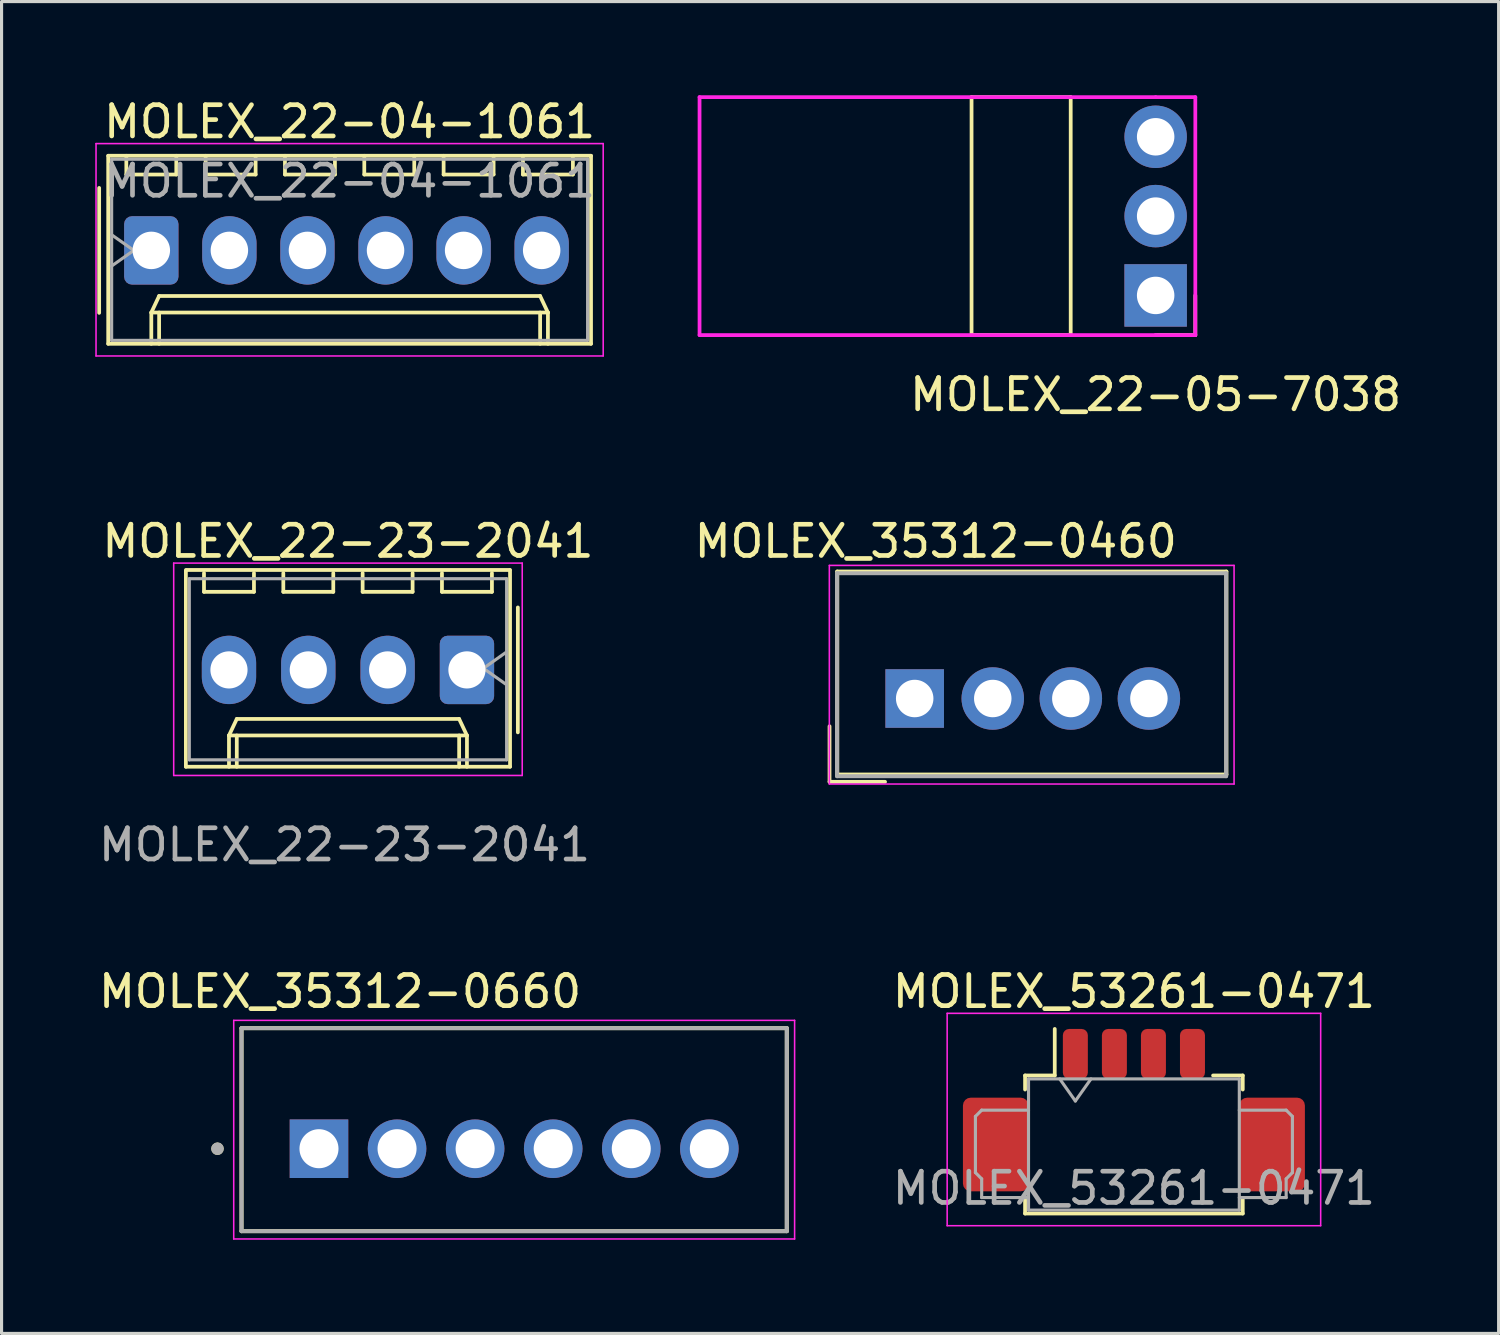
<source format=kicad_pcb>
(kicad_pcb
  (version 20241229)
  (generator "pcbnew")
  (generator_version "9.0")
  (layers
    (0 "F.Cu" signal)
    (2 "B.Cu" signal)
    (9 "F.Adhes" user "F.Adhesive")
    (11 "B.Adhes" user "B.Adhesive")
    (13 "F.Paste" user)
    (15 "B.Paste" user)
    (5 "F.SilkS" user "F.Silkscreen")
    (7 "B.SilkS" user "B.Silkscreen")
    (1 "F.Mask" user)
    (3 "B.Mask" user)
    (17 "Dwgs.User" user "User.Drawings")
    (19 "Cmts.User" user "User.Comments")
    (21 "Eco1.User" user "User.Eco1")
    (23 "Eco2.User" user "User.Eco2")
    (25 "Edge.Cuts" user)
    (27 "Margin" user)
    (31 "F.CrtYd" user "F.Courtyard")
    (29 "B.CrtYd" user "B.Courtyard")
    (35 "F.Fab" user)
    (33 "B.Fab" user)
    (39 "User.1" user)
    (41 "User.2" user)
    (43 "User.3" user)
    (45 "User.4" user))
  (footprint "MOLEX_22-23-2041"
    (layer "F.Cu")
    (at 4.282 18.401)
    (property "Reference" "MOLEX_22-23-2041" (at 3.81 -4.12 0) (layer "F.SilkS") (effects (font (size 1 1) (thickness 0.15))))
    (attr through_hole)
    (fp_line (start -1.38 -3.2) (end -1.38 3.1) (stroke (width 0.12) (type solid)) (layer "F.SilkS"))
    (fp_line (start -1.38 3.1) (end 9 3.1) (stroke (width 0.12) (type solid)) (layer "F.SilkS"))
    (fp_line (start -0.8 -3.1) (end -0.8 -2.5) (stroke (width 0.12) (type solid)) (layer "F.SilkS"))
    (fp_line (start -0.8 -2.5) (end 0.8 -2.5) (stroke (width 0.12) (type solid)) (layer "F.SilkS"))
    (fp_line (start 0 2.1) (end 0.25 1.57) (stroke (width 0.12) (type solid)) (layer "F.SilkS"))
    (fp_line (start 0 2.1) (end 7.62 2.1) (stroke (width 0.12) (type solid)) (layer "F.SilkS"))
    (fp_line (start 0 3.1) (end 0 2.1) (stroke (width 0.12) (type solid)) (layer "F.SilkS"))
    (fp_line (start 0.25 1.57) (end 7.37 1.57) (stroke (width 0.12) (type solid)) (layer "F.SilkS"))
    (fp_line (start 0.25 3.1) (end 0.25 2.1) (stroke (width 0.12) (type solid)) (layer "F.SilkS"))
    (fp_line (start 0.8 -2.5) (end 0.8 -3.1) (stroke (width 0.12) (type solid)) (layer "F.SilkS"))
    (fp_line (start 1.74 -3.1) (end 1.74 -2.5) (stroke (width 0.12) (type solid)) (layer "F.SilkS"))
    (fp_line (start 1.74 -2.5) (end 3.34 -2.5) (stroke (width 0.12) (type solid)) (layer "F.SilkS"))
    (fp_line (start 3.34 -2.5) (end 3.34 -3.1) (stroke (width 0.12) (type solid)) (layer "F.SilkS"))
    (fp_line (start 4.28 -3.1) (end 4.28 -2.5) (stroke (width 0.12) (type solid)) (layer "F.SilkS"))
    (fp_line (start 4.28 -2.5) (end 5.88 -2.5) (stroke (width 0.12) (type solid)) (layer "F.SilkS"))
    (fp_line (start 5.88 -2.5) (end 5.88 -3.1) (stroke (width 0.12) (type solid)) (layer "F.SilkS"))
    (fp_line (start 6.82 -3.1) (end 6.82 -2.5) (stroke (width 0.12) (type solid)) (layer "F.SilkS"))
    (fp_line (start 6.82 -2.5) (end 8.42 -2.5) (stroke (width 0.12) (type solid)) (layer "F.SilkS"))
    (fp_line (start 7.37 1.57) (end 7.62 2.1) (stroke (width 0.12) (type solid)) (layer "F.SilkS"))
    (fp_line (start 7.37 3.1) (end 7.37 2.1) (stroke (width 0.12) (type solid)) (layer "F.SilkS"))
    (fp_line (start 7.62 2.1) (end 7.62 3.1) (stroke (width 0.12) (type solid)) (layer "F.SilkS"))
    (fp_line (start 8.42 -2.5) (end 8.42 -3.1) (stroke (width 0.12) (type solid)) (layer "F.SilkS"))
    (fp_line (start 8.99 -3.2) (end -1.35 -3.2) (stroke (width 0.12) (type solid)) (layer "F.SilkS"))
    (fp_line (start 9 3.1) (end 9 -3.2) (stroke (width 0.12) (type solid)) (layer "F.SilkS"))
    (fp_line (start 9.25 -2) (end 9.25 2) (stroke (width 0.12) (type solid)) (layer "F.SilkS"))
    (fp_line (start -1.77 -3.42) (end -1.77 3.38) (stroke (width 0.05) (type solid)) (layer "F.CrtYd"))
    (fp_line (start -1.77 3.38) (end 9.39 3.38) (stroke (width 0.05) (type solid)) (layer "F.CrtYd"))
    (fp_line (start 9.39 -3.42) (end -1.77 -3.42) (stroke (width 0.05) (type solid)) (layer "F.CrtYd"))
    (fp_line (start 9.39 3.38) (end 9.39 -3.42) (stroke (width 0.05) (type solid)) (layer "F.CrtYd"))
    (fp_line (start -1.27 -2.92) (end -1.27 2.88) (stroke (width 0.1) (type solid)) (layer "F.Fab"))
    (fp_line (start -1.27 2.88) (end 8.89 2.88) (stroke (width 0.1) (type solid)) (layer "F.Fab"))
    (fp_line (start 8.146 -0.05) (end 8.854 -0.55) (stroke (width 0.1) (type solid)) (layer "F.Fab"))
    (fp_line (start 8.854 0.45) (end 8.146 -0.05) (stroke (width 0.1) (type solid)) (layer "F.Fab"))
    (fp_line (start 8.89 -2.92) (end -1.27 -2.92) (stroke (width 0.1) (type solid)) (layer "F.Fab"))
    (fp_line (start 8.89 2.88) (end 8.89 -2.92) (stroke (width 0.1) (type solid)) (layer "F.Fab"))
    (fp_text user "${REFERENCE}" (at 3.7 5.6 0) (layer "F.Fab") (effects (font (size 1 1) (thickness 0.15))))
    (pad "1" thru_hole roundrect (at 7.62 0) (size 1.74 2.19) (drill 1.19) (layers "*.Cu" "*.Mask") (roundrect_rratio 0.144))
    (pad "2" thru_hole oval (at 5.08 0) (size 1.74 2.19) (drill 1.19) (layers "*.Cu" "*.Mask"))
    (pad "3" thru_hole oval (at 2.54 0) (size 1.74 2.19) (drill 1.19) (layers "*.Cu" "*.Mask"))
    (pad "4" thru_hole oval (at 0 0) (size 1.74 2.19) (drill 1.19) (layers "*.Cu" "*.Mask")))
  (footprint "MOLEX_53261-0471"
    (layer "F.Cu")
    (at 33.259 33.098)
    (property "Reference" "MOLEX_53261-0471" (at 0 -4.4 0) (layer "F.SilkS") (effects (font (size 1 1) (thickness 0.15))))
    (attr smd)
    (fp_line (start -3.485 -1.71) (end -2.535 -1.71) (stroke (width 0.12) (type solid)) (layer "F.SilkS"))
    (fp_line (start -3.485 -1.26) (end -3.485 -1.71) (stroke (width 0.12) (type solid)) (layer "F.SilkS"))
    (fp_line (start -3.485 2.26) (end -3.485 2.71) (stroke (width 0.12) (type solid)) (layer "F.SilkS"))
    (fp_line (start -3.485 2.71) (end 3.485 2.71) (stroke (width 0.12) (type solid)) (layer "F.SilkS"))
    (fp_line (start -2.535 -1.71) (end -2.535 -3.2) (stroke (width 0.12) (type solid)) (layer "F.SilkS"))
    (fp_line (start 3.485 -1.71) (end 2.535 -1.71) (stroke (width 0.12) (type solid)) (layer "F.SilkS"))
    (fp_line (start 3.485 -1.26) (end 3.485 -1.71) (stroke (width 0.12) (type solid)) (layer "F.SilkS"))
    (fp_line (start 3.485 2.71) (end 3.485 2.26) (stroke (width 0.12) (type solid)) (layer "F.SilkS"))
    (fp_line (start -5.98 -3.7) (end -5.98 3.1) (stroke (width 0.05) (type solid)) (layer "F.CrtYd"))
    (fp_line (start -5.98 3.1) (end 5.98 3.1) (stroke (width 0.05) (type solid)) (layer "F.CrtYd"))
    (fp_line (start 5.98 -3.7) (end -5.98 -3.7) (stroke (width 0.05) (type solid)) (layer "F.CrtYd"))
    (fp_line (start 5.98 3.1) (end 5.98 -3.7) (stroke (width 0.05) (type solid)) (layer "F.CrtYd"))
    (fp_line (start -5.075 -0.4) (end -5.075 1.4) (stroke (width 0.1) (type solid)) (layer "F.Fab"))
    (fp_line (start -5.075 1.4) (end -4.875 1.6) (stroke (width 0.1) (type solid)) (layer "F.Fab"))
    (fp_line (start -4.875 -0.6) (end -5.075 -0.4) (stroke (width 0.1) (type solid)) (layer "F.Fab"))
    (fp_line (start -4.875 1.6) (end -4.875 2.2) (stroke (width 0.1) (type solid)) (layer "F.Fab"))
    (fp_line (start -4.875 2.2) (end -3.375 2.2) (stroke (width 0.1) (type solid)) (layer "F.Fab"))
    (fp_line (start -3.375 -1.6) (end -3.375 2.6) (stroke (width 0.1) (type solid)) (layer "F.Fab"))
    (fp_line (start -3.375 -1.6) (end 3.375 -1.6) (stroke (width 0.1) (type solid)) (layer "F.Fab"))
    (fp_line (start -3.375 -0.6) (end -4.875 -0.6) (stroke (width 0.1) (type solid)) (layer "F.Fab"))
    (fp_line (start -3.375 2.6) (end 3.375 2.6) (stroke (width 0.1) (type solid)) (layer "F.Fab"))
    (fp_line (start -2.375 -1.6) (end -1.875 -0.893) (stroke (width 0.1) (type solid)) (layer "F.Fab"))
    (fp_line (start -1.875 -0.893) (end -1.375 -1.6) (stroke (width 0.1) (type solid)) (layer "F.Fab"))
    (fp_line (start 3.375 -1.6) (end 3.375 2.6) (stroke (width 0.1) (type solid)) (layer "F.Fab"))
    (fp_line (start 3.375 -0.6) (end 4.875 -0.6) (stroke (width 0.1) (type solid)) (layer "F.Fab"))
    (fp_line (start 4.875 -0.6) (end 5.075 -0.4) (stroke (width 0.1) (type solid)) (layer "F.Fab"))
    (fp_line (start 4.875 1.6) (end 4.875 2.2) (stroke (width 0.1) (type solid)) (layer "F.Fab"))
    (fp_line (start 4.875 2.2) (end 3.375 2.2) (stroke (width 0.1) (type solid)) (layer "F.Fab"))
    (fp_line (start 5.075 -0.4) (end 5.075 1.4) (stroke (width 0.1) (type solid)) (layer "F.Fab"))
    (fp_line (start 5.075 1.4) (end 4.875 1.6) (stroke (width 0.1) (type solid)) (layer "F.Fab"))
    (fp_text user "${REFERENCE}" (at 0 1.9 0) (layer "F.Fab") (effects (font (size 1 1) (thickness 0.15))))
    (pad "1" smd roundrect (at -1.875 -2.4) (size 0.8 1.6) (layers "F.Cu" "F.Mask" "F.Paste") (roundrect_rratio 0.25))
    (pad "2" smd roundrect (at -0.625 -2.4) (size 0.8 1.6) (layers "F.Cu" "F.Mask" "F.Paste") (roundrect_rratio 0.25))
    (pad "3" smd roundrect (at 0.625 -2.4) (size 0.8 1.6) (layers "F.Cu" "F.Mask" "F.Paste") (roundrect_rratio 0.25))
    (pad "4" smd roundrect (at 1.875 -2.4) (size 0.8 1.6) (layers "F.Cu" "F.Mask" "F.Paste") (roundrect_rratio 0.25))
    (pad "MP" smd roundrect (at -4.425 0.5) (size 2.1 3) (layers "F.Cu" "F.Mask" "F.Paste") (roundrect_rratio 0.119))
    (pad "MP" smd roundrect (at 4.425 0.5) (size 2.1 3) (layers "F.Cu" "F.Mask" "F.Paste") (roundrect_rratio 0.119)))
  (footprint "MOLEX_22-05-7038"
    (layer "F.Cu")
    (at 33.955 6.41)
    (property "Reference" "MOLEX_22-05-7038" (at 0 3.175 0) (layer "F.SilkS") (effects (font (size 1 1) (thickness 0.15))))
    (attr through_hole)
    (fp_line (start -5.895 -6.35) (end -2.72 -6.35) (stroke (width 0.12) (type solid)) (layer "F.SilkS"))
    (fp_line (start -5.895 1.27) (end -5.895 -6.35) (stroke (width 0.12) (type solid)) (layer "F.SilkS"))
    (fp_line (start -2.72 -6.35) (end -2.72 1.27) (stroke (width 0.12) (type solid)) (layer "F.SilkS"))
    (fp_line (start -2.72 1.27) (end -5.895 1.27) (stroke (width 0.12) (type solid)) (layer "F.SilkS"))
    (fp_line (start 1.27 0) (end 1.27 1.27) (stroke (width 0.12) (type solid)) (layer "F.SilkS"))
    (fp_line (start 1.27 1.27) (end 0 1.27) (stroke (width 0.12) (type solid)) (layer "F.SilkS"))
    (fp_line (start -14.605 -6.35) (end 0 -6.35) (stroke (width 0.12) (type solid)) (layer "F.CrtYd"))
    (fp_line (start -14.605 1.27) (end -14.605 -6.35) (stroke (width 0.12) (type solid)) (layer "F.CrtYd"))
    (fp_line (start 0 -6.35) (end 1.27 -6.35) (stroke (width 0.12) (type solid)) (layer "F.CrtYd"))
    (fp_line (start 0 1.27) (end -14.605 1.27) (stroke (width 0.12) (type solid)) (layer "F.CrtYd"))
    (fp_line (start 1.27 -6.35) (end 1.27 1.27) (stroke (width 0.12) (type solid)) (layer "F.CrtYd"))
    (fp_line (start 1.27 1.27) (end 0 1.27) (stroke (width 0.12) (type solid)) (layer "F.CrtYd"))
    (pad "1" thru_hole rect (at 0 0) (size 2 2) (drill 1.2) (layers "*.Cu" "*.Mask"))
    (pad "2" thru_hole circle (at 0 -2.54) (size 2 2) (drill 1.2) (layers "*.Cu" "*.Mask"))
    (pad "3" thru_hole circle (at 0 -5.08) (size 2 2) (drill 1.2) (layers "*.Cu" "*.Mask")))
  (footprint "MOLEX_35312-0460"
    (layer "F.Cu")
    (at 29.989 19.317)
    (property "Reference" "MOLEX_35312-0460" (at -3.075 -5.035 0) (layer "F.SilkS") (effects (font (size 1 1) (thickness 0.15))))
    (attr through_hole)
    (fp_line (start -6.477 0.889) (end -6.477 2.667) (stroke (width 0.12) (type solid)) (layer "F.SilkS"))
    (fp_line (start -6.477 2.667) (end -4.699 2.667) (stroke (width 0.12) (type solid)) (layer "F.SilkS"))
    (fp_line (start -6.23 -4.064) (end -6.23 2.436) (stroke (width 0.127) (type solid)) (layer "F.SilkS"))
    (fp_line (start -6.23 2.436) (end 6.23 2.436) (stroke (width 0.127) (type solid)) (layer "F.SilkS"))
    (fp_line (start 6.23 -4.064) (end -6.23 -4.064) (stroke (width 0.127) (type solid)) (layer "F.SilkS"))
    (fp_line (start 6.23 2.436) (end 6.23 -4.064) (stroke (width 0.127) (type solid)) (layer "F.SilkS"))
    (fp_line (start -6.483 -4.262) (end -6.483 2.738) (stroke (width 0.05) (type solid)) (layer "F.CrtYd"))
    (fp_line (start -6.483 2.738) (end 6.477 2.738) (stroke (width 0.05) (type solid)) (layer "F.CrtYd"))
    (fp_line (start 6.477 -4.262) (end -6.483 -4.262) (stroke (width 0.05) (type solid)) (layer "F.CrtYd"))
    (fp_line (start 6.477 2.738) (end 6.477 -4.262) (stroke (width 0.05) (type solid)) (layer "F.CrtYd"))
    (fp_line (start -6.237 -4.012) (end -6.237 2.488) (stroke (width 0.127) (type solid)) (layer "F.Fab"))
    (fp_line (start -6.237 2.488) (end 6.223 2.488) (stroke (width 0.127) (type solid)) (layer "F.Fab"))
    (fp_line (start 6.223 -4.012) (end -6.237 -4.012) (stroke (width 0.127) (type solid)) (layer "F.Fab"))
    (fp_line (start 6.223 2.488) (end 6.223 -4.012) (stroke (width 0.127) (type solid)) (layer "F.Fab"))
    (pad "1" thru_hole rect (at -3.75 0) (size 1.875 1.875) (drill 1.2) (layers "*.Cu" "*.Mask"))
    (pad "2" thru_hole circle (at -1.25 0) (size 2 2) (drill 1.2) (layers "*.Cu" "*.Mask"))
    (pad "3" thru_hole circle (at 1.25 0) (size 2 2) (drill 1.2) (layers "*.Cu" "*.Mask"))
    (pad "4" thru_hole circle (at 3.75 0) (size 2 2) (drill 1.2) (layers "*.Cu" "*.Mask")))
  (footprint "MOLEX_35312-0660"
    (layer "F.Cu")
    (at 13.414 33.733)
    (property "Reference" "MOLEX_35312-0660" (at -5.575 -5.035 0) (layer "F.SilkS") (effects (font (size 1 1) (thickness 0.15))))
    (attr through_hole)
    (fp_line (start -8.73 -3.86) (end -8.73 2.64) (stroke (width 0.127) (type solid)) (layer "F.SilkS"))
    (fp_line (start -8.73 2.64) (end 8.73 2.64) (stroke (width 0.127) (type solid)) (layer "F.SilkS"))
    (fp_line (start 8.73 -3.86) (end -8.73 -3.86) (stroke (width 0.127) (type solid)) (layer "F.SilkS"))
    (fp_line (start 8.73 2.64) (end 8.73 -3.86) (stroke (width 0.127) (type solid)) (layer "F.SilkS"))
    (fp_circle (center -9.5 0) (end -9.4 0) (stroke (width 0.2) (type solid)) (fill no) (layer "F.SilkS"))
    (fp_line (start -8.98 -4.11) (end -8.98 2.89) (stroke (width 0.05) (type solid)) (layer "F.CrtYd"))
    (fp_line (start -8.98 2.89) (end 8.98 2.89) (stroke (width 0.05) (type solid)) (layer "F.CrtYd"))
    (fp_line (start 8.98 -4.11) (end -8.98 -4.11) (stroke (width 0.05) (type solid)) (layer "F.CrtYd"))
    (fp_line (start 8.98 2.89) (end 8.98 -4.11) (stroke (width 0.05) (type solid)) (layer "F.CrtYd"))
    (fp_line (start -8.73 -3.86) (end -8.73 2.64) (stroke (width 0.127) (type solid)) (layer "F.Fab"))
    (fp_line (start -8.73 2.64) (end 8.73 2.64) (stroke (width 0.127) (type solid)) (layer "F.Fab"))
    (fp_line (start 8.73 -3.86) (end -8.73 -3.86) (stroke (width 0.127) (type solid)) (layer "F.Fab"))
    (fp_line (start 8.73 2.64) (end 8.73 -3.86) (stroke (width 0.127) (type solid)) (layer "F.Fab"))
    (fp_circle (center -9.5 0) (end -9.4 0) (stroke (width 0.2) (type solid)) (fill no) (layer "F.Fab"))
    (pad "1" thru_hole rect (at -6.25 0) (size 1.875 1.875) (drill 1.25) (layers "*.Cu" "*.Mask"))
    (pad "2" thru_hole circle (at -3.75 0) (size 1.875 1.875) (drill 1.25) (layers "*.Cu" "*.Mask"))
    (pad "3" thru_hole circle (at -1.25 0) (size 1.875 1.875) (drill 1.25) (layers "*.Cu" "*.Mask"))
    (pad "4" thru_hole circle (at 1.25 0) (size 1.875 1.875) (drill 1.25) (layers "*.Cu" "*.Mask"))
    (pad "5" thru_hole circle (at 3.75 0) (size 1.875 1.875) (drill 1.25) (layers "*.Cu" "*.Mask"))
    (pad "6" thru_hole circle (at 6.25 0) (size 1.875 1.875) (drill 1.25) (layers "*.Cu" "*.Mask")))
  (footprint "MOLEX_22-04-1061"
    (layer "F.Cu")
    (at 1.795 4.968)
    (property "Reference" "MOLEX_22-04-1061" (at 6.35 -4.12 0) (layer "F.SilkS") (effects (font (size 1 1) (thickness 0.15))))
    (attr through_hole)
    (fp_line (start -1.67 -2) (end -1.67 2) (stroke (width 0.12) (type solid)) (layer "F.SilkS"))
    (fp_line (start -1.38 -3.03) (end -1.38 2.99) (stroke (width 0.12) (type solid)) (layer "F.SilkS"))
    (fp_line (start -1.38 2.99) (end 14.08 2.99) (stroke (width 0.12) (type solid)) (layer "F.SilkS"))
    (fp_line (start -0.8 -3.03) (end -0.8 -2.43) (stroke (width 0.12) (type solid)) (layer "F.SilkS"))
    (fp_line (start -0.8 -2.43) (end 0.8 -2.43) (stroke (width 0.12) (type solid)) (layer "F.SilkS"))
    (fp_line (start 0 1.99) (end 0.25 1.46) (stroke (width 0.12) (type solid)) (layer "F.SilkS"))
    (fp_line (start 0 1.99) (end 12.7 1.99) (stroke (width 0.12) (type solid)) (layer "F.SilkS"))
    (fp_line (start 0 2.99) (end 0 1.99) (stroke (width 0.12) (type solid)) (layer "F.SilkS"))
    (fp_line (start 0.25 1.46) (end 12.45 1.46) (stroke (width 0.12) (type solid)) (layer "F.SilkS"))
    (fp_line (start 0.25 2.99) (end 0.25 1.99) (stroke (width 0.12) (type solid)) (layer "F.SilkS"))
    (fp_line (start 0.8 -2.43) (end 0.8 -3.03) (stroke (width 0.12) (type solid)) (layer "F.SilkS"))
    (fp_line (start 1.74 -3.03) (end 1.74 -2.43) (stroke (width 0.12) (type solid)) (layer "F.SilkS"))
    (fp_line (start 1.74 -2.43) (end 3.34 -2.43) (stroke (width 0.12) (type solid)) (layer "F.SilkS"))
    (fp_line (start 3.34 -2.43) (end 3.34 -3.03) (stroke (width 0.12) (type solid)) (layer "F.SilkS"))
    (fp_line (start 4.28 -3.03) (end 4.28 -2.43) (stroke (width 0.12) (type solid)) (layer "F.SilkS"))
    (fp_line (start 4.28 -2.43) (end 5.88 -2.43) (stroke (width 0.12) (type solid)) (layer "F.SilkS"))
    (fp_line (start 5.88 -2.43) (end 5.88 -3.03) (stroke (width 0.12) (type solid)) (layer "F.SilkS"))
    (fp_line (start 6.82 -3.03) (end 6.82 -2.43) (stroke (width 0.12) (type solid)) (layer "F.SilkS"))
    (fp_line (start 6.82 -2.43) (end 8.42 -2.43) (stroke (width 0.12) (type solid)) (layer "F.SilkS"))
    (fp_line (start 8.42 -2.43) (end 8.42 -3.03) (stroke (width 0.12) (type solid)) (layer "F.SilkS"))
    (fp_line (start 9.36 -3.03) (end 9.36 -2.43) (stroke (width 0.12) (type solid)) (layer "F.SilkS"))
    (fp_line (start 9.36 -2.43) (end 10.96 -2.43) (stroke (width 0.12) (type solid)) (layer "F.SilkS"))
    (fp_line (start 10.96 -2.43) (end 10.96 -3.03) (stroke (width 0.12) (type solid)) (layer "F.SilkS"))
    (fp_line (start 11.9 -3.03) (end 11.9 -2.43) (stroke (width 0.12) (type solid)) (layer "F.SilkS"))
    (fp_line (start 11.9 -2.43) (end 13.5 -2.43) (stroke (width 0.12) (type solid)) (layer "F.SilkS"))
    (fp_line (start 12.45 1.46) (end 12.7 1.99) (stroke (width 0.12) (type solid)) (layer "F.SilkS"))
    (fp_line (start 12.45 2.99) (end 12.45 1.99) (stroke (width 0.12) (type solid)) (layer "F.SilkS"))
    (fp_line (start 12.7 1.99) (end 12.7 2.99) (stroke (width 0.12) (type solid)) (layer "F.SilkS"))
    (fp_line (start 13.5 -2.43) (end 13.5 -3.03) (stroke (width 0.12) (type solid)) (layer "F.SilkS"))
    (fp_line (start 14.08 -3.03) (end -1.38 -3.03) (stroke (width 0.12) (type solid)) (layer "F.SilkS"))
    (fp_line (start 14.08 2.99) (end 14.08 -3.03) (stroke (width 0.12) (type solid)) (layer "F.SilkS"))
    (fp_line (start -1.77 -3.42) (end -1.77 3.38) (stroke (width 0.05) (type solid)) (layer "F.CrtYd"))
    (fp_line (start -1.77 3.38) (end 14.47 3.38) (stroke (width 0.05) (type solid)) (layer "F.CrtYd"))
    (fp_line (start 14.47 -3.42) (end -1.77 -3.42) (stroke (width 0.05) (type solid)) (layer "F.CrtYd"))
    (fp_line (start 14.47 3.38) (end 14.47 -3.42) (stroke (width 0.05) (type solid)) (layer "F.CrtYd"))
    (fp_line (start -1.27 -2.92) (end -1.27 2.88) (stroke (width 0.1) (type solid)) (layer "F.Fab"))
    (fp_line (start -1.27 -0.5) (end -0.563 0) (stroke (width 0.1) (type solid)) (layer "F.Fab"))
    (fp_line (start -1.27 2.88) (end 13.97 2.88) (stroke (width 0.1) (type solid)) (layer "F.Fab"))
    (fp_line (start -0.563 0) (end -1.27 0.5) (stroke (width 0.1) (type solid)) (layer "F.Fab"))
    (fp_line (start 13.97 -2.92) (end -1.27 -2.92) (stroke (width 0.1) (type solid)) (layer "F.Fab"))
    (fp_line (start 13.97 2.88) (end 13.97 -2.92) (stroke (width 0.1) (type solid)) (layer "F.Fab"))
    (fp_text user "${REFERENCE}" (at 6.35 -2.22 0) (layer "F.Fab") (effects (font (size 1 1) (thickness 0.15))))
    (pad "1" thru_hole roundrect (at 0 0) (size 1.74 2.19) (drill 1.2) (layers "*.Cu" "*.Mask") (roundrect_rratio 0.144))
    (pad "2" thru_hole oval (at 2.5 0) (size 1.74 2.19) (drill 1.2) (layers "*.Cu" "*.Mask"))
    (pad "3" thru_hole oval (at 5 0) (size 1.74 2.19) (drill 1.2) (layers "*.Cu" "*.Mask"))
    (pad "4" thru_hole oval (at 7.5 0) (size 1.74 2.19) (drill 1.2) (layers "*.Cu" "*.Mask"))
    (pad "5" thru_hole oval (at 10 0) (size 1.74 2.19) (drill 1.2) (layers "*.Cu" "*.Mask"))
    (pad "6" thru_hole oval (at 12.5 0) (size 1.74 2.19) (drill 1.2) (layers "*.Cu" "*.Mask")))
  (gr_rect
    (start -3 -3)
    (end 44.937 39.648)
    (stroke (width 0.1) (type default))
    (fill no)
    (layer "Edge.Cuts")))
</source>
